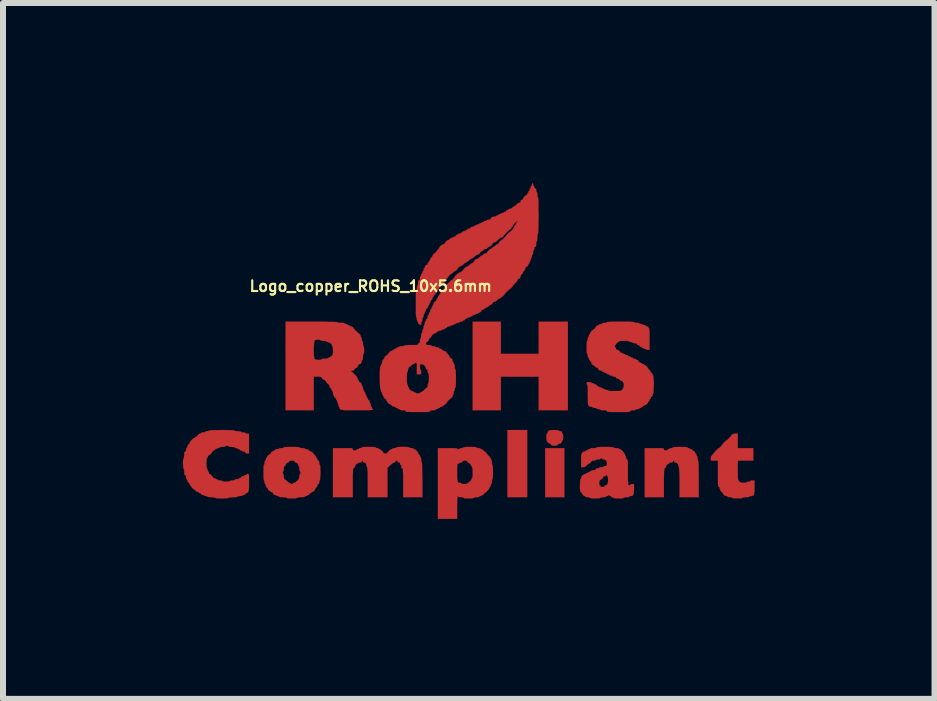
<source format=kicad_pcb>
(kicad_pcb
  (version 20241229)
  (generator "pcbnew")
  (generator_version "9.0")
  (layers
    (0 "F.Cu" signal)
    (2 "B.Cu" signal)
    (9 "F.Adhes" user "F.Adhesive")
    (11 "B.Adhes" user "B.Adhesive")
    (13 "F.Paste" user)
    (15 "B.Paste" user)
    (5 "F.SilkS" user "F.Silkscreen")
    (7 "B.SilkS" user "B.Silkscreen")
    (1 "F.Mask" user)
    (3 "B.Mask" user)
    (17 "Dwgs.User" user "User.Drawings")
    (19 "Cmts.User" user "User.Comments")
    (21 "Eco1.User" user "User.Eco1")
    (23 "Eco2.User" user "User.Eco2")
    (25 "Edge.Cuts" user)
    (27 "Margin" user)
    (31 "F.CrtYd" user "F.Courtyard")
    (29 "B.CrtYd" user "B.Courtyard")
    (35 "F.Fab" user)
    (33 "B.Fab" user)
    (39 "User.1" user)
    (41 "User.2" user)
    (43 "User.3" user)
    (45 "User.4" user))
  (footprint "Logo_copper_ROHS_10x5.6mm"
    (layer "F.Cu")
    (at 4.83 2.821)
    (property "Reference" "Logo_copper_ROHS_10x5.6mm" (at -1.7 -1.1 0) (layer "F.SilkS") (effects (font (size 0.178 0.178) (thickness 0.036))))
    (attr through_hole)
    (fp_poly (pts (xy 0.909 2.418) (xy 0.744 2.418) (xy 0.579 2.418) (xy 0.579 1.859) (xy 0.579 1.298) (xy 0.744 1.298) (xy 0.909 1.298) (xy 0.909 1.859) (xy 0.909 2.418)) (stroke (width 0.003) (type solid)) (fill yes) (layer "F.Cu"))
    (fp_poly (pts (xy 1.529 2.418) (xy 1.369 2.418) (xy 1.209 2.418) (xy 1.209 2.009) (xy 1.209 1.6) (xy 1.369 1.6) (xy 1.529 1.6) (xy 1.529 2.009) (xy 1.529 2.418)) (stroke (width 0.003) (type solid)) (fill yes) (layer "F.Cu"))
    (fp_poly (pts (xy 1.587 0.968) (xy 1.344 0.968) (xy 1.1 0.968) (xy 1.1 0.688) (xy 1.1 0.409) (xy 0.785 0.409) (xy 0.47 0.409) (xy 0.47 0.688) (xy 0.47 0.968) (xy 0.234 0.968) (xy 0 0.968) (xy 0 0.229) (xy 0 -0.508) (xy 0.234 -0.508) (xy 0.47 -0.508) (xy 0.47 -0.239) (xy 0.47 0.028) (xy 0.785 0.028) (xy 1.1 0.028) (xy 1.1 -0.239) (xy 1.1 -0.508) (xy 1.344 -0.508) (xy 1.587 -0.508) (xy 1.587 0.229) (xy 1.587 0.968)) (stroke (width 0.003) (type solid)) (fill yes) (layer "F.Cu"))
    (fp_poly (pts (xy 1.509 1.415) (xy 1.506 1.443) (xy 1.504 1.463) (xy 1.499 1.468) (xy 1.491 1.476) (xy 1.488 1.486) (xy 1.481 1.509) (xy 1.458 1.524) (xy 1.44 1.529) (xy 1.422 1.534) (xy 1.42 1.544) (xy 1.415 1.552) (xy 1.397 1.557) (xy 1.364 1.56) (xy 1.331 1.557) (xy 1.313 1.552) (xy 1.308 1.544) (xy 1.3 1.532) (xy 1.293 1.529) (xy 1.275 1.521) (xy 1.255 1.506) (xy 1.252 1.504) (xy 1.24 1.486) (xy 1.232 1.466) (xy 1.229 1.435) (xy 1.229 1.42) (xy 1.229 1.387) (xy 1.234 1.364) (xy 1.24 1.359) (xy 1.247 1.351) (xy 1.25 1.344) (xy 1.255 1.323) (xy 1.27 1.308) (xy 1.3 1.3) (xy 1.349 1.298) (xy 1.359 1.298) (xy 1.397 1.3) (xy 1.425 1.303) (xy 1.438 1.308) (xy 1.448 1.316) (xy 1.463 1.318) (xy 1.483 1.323) (xy 1.488 1.339) (xy 1.494 1.354) (xy 1.499 1.359) (xy 1.504 1.369) (xy 1.509 1.392) (xy 1.509 1.415)) (stroke (width 0.003) (type solid)) (fill yes) (layer "F.Cu"))
    (fp_poly (pts (xy 3.769 2.418) (xy 3.609 2.418) (xy 3.449 2.418) (xy 3.449 2.169) (xy 3.449 2.085) (xy 3.447 2.017) (xy 3.444 1.966) (xy 3.442 1.933) (xy 3.439 1.92) (xy 3.439 1.918) (xy 3.432 1.91) (xy 3.429 1.892) (xy 3.421 1.862) (xy 3.401 1.844) (xy 3.378 1.839) (xy 3.363 1.834) (xy 3.358 1.824) (xy 3.353 1.811) (xy 3.348 1.808) (xy 3.34 1.816) (xy 3.34 1.824) (xy 3.33 1.836) (xy 3.31 1.839) (xy 3.287 1.841) (xy 3.279 1.849) (xy 3.272 1.859) (xy 3.269 1.859) (xy 3.251 1.867) (xy 3.233 1.885) (xy 3.228 1.9) (xy 3.221 1.918) (xy 3.208 1.928) (xy 3.203 1.935) (xy 3.198 1.943) (xy 3.195 1.956) (xy 3.193 1.974) (xy 3.19 2.004) (xy 3.19 2.047) (xy 3.188 2.106) (xy 3.188 2.179) (xy 3.188 2.182) (xy 3.188 2.418) (xy 3.028 2.418) (xy 2.868 2.418) (xy 2.868 2.009) (xy 2.868 1.6) (xy 3.028 1.6) (xy 3.089 1.6) (xy 3.132 1.6) (xy 3.16 1.6) (xy 3.178 1.603) (xy 3.185 1.608) (xy 3.188 1.613) (xy 3.188 1.618) (xy 3.193 1.633) (xy 3.211 1.638) (xy 3.218 1.638) (xy 3.241 1.636) (xy 3.249 1.628) (xy 3.256 1.621) (xy 3.264 1.618) (xy 3.277 1.613) (xy 3.279 1.608) (xy 3.287 1.603) (xy 3.31 1.6) (xy 3.33 1.595) (xy 3.338 1.59) (xy 3.34 1.587) (xy 3.348 1.585) (xy 3.376 1.582) (xy 3.419 1.58) (xy 3.459 1.58) (xy 3.51 1.58) (xy 3.551 1.582) (xy 3.574 1.585) (xy 3.579 1.587) (xy 3.586 1.598) (xy 3.599 1.6) (xy 3.614 1.603) (xy 3.619 1.608) (xy 3.627 1.618) (xy 3.64 1.618) (xy 3.655 1.623) (xy 3.658 1.628) (xy 3.668 1.638) (xy 3.67 1.638) (xy 3.686 1.646) (xy 3.703 1.664) (xy 3.708 1.679) (xy 3.716 1.689) (xy 3.719 1.689) (xy 3.726 1.697) (xy 3.729 1.709) (xy 3.734 1.725) (xy 3.739 1.73) (xy 3.744 1.737) (xy 3.749 1.76) (xy 3.749 1.768) (xy 3.752 1.793) (xy 3.757 1.808) (xy 3.759 1.808) (xy 3.762 1.819) (xy 3.764 1.849) (xy 3.767 1.895) (xy 3.767 1.961) (xy 3.769 2.045) (xy 3.769 2.113) (xy 3.769 2.418)) (stroke (width 0.003) (type solid)) (fill yes) (layer "F.Cu"))
    (fp_poly (pts (xy 4.699 2.256) (xy 4.699 2.311) (xy 4.694 2.352) (xy 4.689 2.377) (xy 4.676 2.39) (xy 4.658 2.398) (xy 4.641 2.398) (xy 4.618 2.403) (xy 4.61 2.408) (xy 4.6 2.416) (xy 4.577 2.418) (xy 4.554 2.418) (xy 4.524 2.421) (xy 4.503 2.426) (xy 4.498 2.428) (xy 4.491 2.433) (xy 4.463 2.438) (xy 4.425 2.438) (xy 4.415 2.438) (xy 4.371 2.438) (xy 4.343 2.436) (xy 4.328 2.431) (xy 4.328 2.428) (xy 4.321 2.423) (xy 4.298 2.418) (xy 4.288 2.418) (xy 4.265 2.416) (xy 4.249 2.41) (xy 4.249 2.408) (xy 4.239 2.4) (xy 4.229 2.398) (xy 4.206 2.393) (xy 4.188 2.38) (xy 4.178 2.365) (xy 4.173 2.352) (xy 4.155 2.334) (xy 4.148 2.329) (xy 4.128 2.301) (xy 4.12 2.276) (xy 4.115 2.253) (xy 4.105 2.248) (xy 4.1 2.245) (xy 4.094 2.238) (xy 4.092 2.22) (xy 4.089 2.192) (xy 4.089 2.151) (xy 4.089 2.093) (xy 4.089 2.029) (xy 4.089 1.808) (xy 4.028 1.808) (xy 3.97 1.808) (xy 3.97 1.773) (xy 3.975 1.74) (xy 3.993 1.714) (xy 3.998 1.709) (xy 4.018 1.689) (xy 4.028 1.676) (xy 4.028 1.674) (xy 4.036 1.664) (xy 4.051 1.646) (xy 4.072 1.626) (xy 4.089 1.608) (xy 4.102 1.6) (xy 4.105 1.6) (xy 4.115 1.593) (xy 4.133 1.577) (xy 4.148 1.56) (xy 4.158 1.547) (xy 4.158 1.544) (xy 4.166 1.534) (xy 4.181 1.516) (xy 4.201 1.496) (xy 4.221 1.478) (xy 4.232 1.468) (xy 4.234 1.468) (xy 4.244 1.463) (xy 4.262 1.445) (xy 4.282 1.425) (xy 4.3 1.407) (xy 4.308 1.394) (xy 4.318 1.377) (xy 4.341 1.364) (xy 4.371 1.359) (xy 4.379 1.359) (xy 4.42 1.359) (xy 4.42 1.478) (xy 4.42 1.6) (xy 4.549 1.6) (xy 4.679 1.6) (xy 4.679 1.704) (xy 4.679 1.808) (xy 4.549 1.808) (xy 4.42 1.808) (xy 4.42 1.968) (xy 4.42 2.029) (xy 4.42 2.073) (xy 4.422 2.103) (xy 4.425 2.123) (xy 4.43 2.136) (xy 4.435 2.146) (xy 4.442 2.154) (xy 4.465 2.169) (xy 4.491 2.177) (xy 4.519 2.179) (xy 4.547 2.177) (xy 4.564 2.172) (xy 4.569 2.169) (xy 4.577 2.162) (xy 4.597 2.159) (xy 4.6 2.159) (xy 4.62 2.156) (xy 4.628 2.149) (xy 4.638 2.141) (xy 4.658 2.139) (xy 4.663 2.139) (xy 4.699 2.139) (xy 4.699 2.256)) (stroke (width 0.003) (type solid)) (fill yes) (layer "F.Cu"))
    (fp_poly (pts (xy -0.838 2.418) (xy -0.998 2.418) (xy -1.158 2.418) (xy -1.158 2.179) (xy -1.158 2.103) (xy -1.158 2.045) (xy -1.161 2.002) (xy -1.163 1.971) (xy -1.163 1.953) (xy -1.168 1.943) (xy -1.173 1.938) (xy -1.186 1.93) (xy -1.189 1.91) (xy -1.191 1.887) (xy -1.199 1.88) (xy -1.206 1.869) (xy -1.209 1.859) (xy -1.217 1.841) (xy -1.229 1.839) (xy -1.245 1.834) (xy -1.25 1.824) (xy -1.257 1.811) (xy -1.267 1.808) (xy -1.285 1.816) (xy -1.288 1.824) (xy -1.298 1.836) (xy -1.308 1.839) (xy -1.326 1.847) (xy -1.351 1.864) (xy -1.374 1.885) (xy -1.42 1.928) (xy -1.42 2.174) (xy -1.42 2.418) (xy -1.582 2.418) (xy -1.748 2.418) (xy -1.748 2.169) (xy -1.75 2.085) (xy -1.75 2.017) (xy -1.753 1.966) (xy -1.755 1.933) (xy -1.758 1.92) (xy -1.758 1.918) (xy -1.765 1.91) (xy -1.768 1.892) (xy -1.775 1.864) (xy -1.796 1.844) (xy -1.814 1.839) (xy -1.826 1.831) (xy -1.829 1.824) (xy -1.834 1.811) (xy -1.839 1.808) (xy -1.847 1.816) (xy -1.849 1.824) (xy -1.857 1.836) (xy -1.88 1.839) (xy -1.905 1.847) (xy -1.933 1.862) (xy -1.953 1.882) (xy -1.958 1.9) (xy -1.966 1.918) (xy -1.979 1.928) (xy -1.986 1.935) (xy -1.989 1.943) (xy -1.994 1.956) (xy -1.996 1.974) (xy -1.996 2.004) (xy -1.999 2.047) (xy -1.999 2.106) (xy -1.999 2.179) (xy -1.999 2.182) (xy -1.999 2.418) (xy -2.164 2.418) (xy -2.329 2.418) (xy -2.329 2.009) (xy -2.329 1.6) (xy -2.164 1.6) (xy -2.103 1.6) (xy -2.06 1.6) (xy -2.029 1.6) (xy -2.012 1.603) (xy -2.002 1.608) (xy -1.999 1.613) (xy -1.999 1.618) (xy -1.994 1.633) (xy -1.976 1.638) (xy -1.968 1.638) (xy -1.948 1.636) (xy -1.938 1.628) (xy -1.93 1.621) (xy -1.918 1.618) (xy -1.902 1.615) (xy -1.897 1.608) (xy -1.89 1.6) (xy -1.875 1.6) (xy -1.854 1.595) (xy -1.849 1.587) (xy -1.839 1.585) (xy -1.811 1.58) (xy -1.77 1.58) (xy -1.735 1.58) (xy -1.681 1.58) (xy -1.646 1.582) (xy -1.623 1.585) (xy -1.618 1.587) (xy -1.61 1.595) (xy -1.593 1.6) (xy -1.575 1.603) (xy -1.57 1.608) (xy -1.56 1.618) (xy -1.554 1.618) (xy -1.537 1.626) (xy -1.514 1.643) (xy -1.496 1.661) (xy -1.488 1.679) (xy -1.481 1.687) (xy -1.458 1.689) (xy -1.453 1.689) (xy -1.43 1.687) (xy -1.42 1.679) (xy -1.412 1.664) (xy -1.394 1.643) (xy -1.372 1.626) (xy -1.354 1.618) (xy -1.341 1.613) (xy -1.339 1.608) (xy -1.331 1.603) (xy -1.308 1.6) (xy -1.303 1.6) (xy -1.28 1.595) (xy -1.27 1.59) (xy -1.267 1.587) (xy -1.26 1.585) (xy -1.232 1.58) (xy -1.191 1.58) (xy -1.163 1.58) (xy -1.115 1.58) (xy -1.079 1.582) (xy -1.062 1.585) (xy -1.059 1.587) (xy -1.049 1.595) (xy -1.029 1.598) (xy -1.024 1.6) (xy -1.001 1.6) (xy -0.988 1.608) (xy -0.98 1.618) (xy -0.973 1.618) (xy -0.953 1.626) (xy -0.932 1.646) (xy -0.914 1.669) (xy -0.909 1.689) (xy -0.902 1.704) (xy -0.894 1.709) (xy -0.881 1.717) (xy -0.879 1.73) (xy -0.874 1.745) (xy -0.869 1.75) (xy -0.864 1.758) (xy -0.859 1.781) (xy -0.859 1.793) (xy -0.856 1.821) (xy -0.851 1.836) (xy -0.848 1.839) (xy -0.846 1.849) (xy -0.843 1.877) (xy -0.841 1.925) (xy -0.841 1.991) (xy -0.838 2.075) (xy -0.838 2.129) (xy -0.838 2.418)) (stroke (width 0.003) (type solid)) (fill yes) (layer "F.Cu"))
    (fp_poly (pts (xy 0.338 1.999) (xy 0.338 2.052) (xy 0.335 2.09) (xy 0.333 2.113) (xy 0.328 2.118) (xy 0.323 2.129) (xy 0.32 2.149) (xy 0.32 2.159) (xy 0.318 2.184) (xy 0.31 2.197) (xy 0.31 2.2) (xy 0.302 2.207) (xy 0.3 2.225) (xy 0.295 2.243) (xy 0.29 2.248) (xy 0.279 2.258) (xy 0.279 2.263) (xy 0.272 2.281) (xy 0.254 2.301) (xy 0.234 2.324) (xy 0.213 2.342) (xy 0.198 2.349) (xy 0.191 2.357) (xy 0.188 2.365) (xy 0.18 2.375) (xy 0.168 2.38) (xy 0.152 2.383) (xy 0.15 2.388) (xy 0.14 2.398) (xy 0.13 2.398) (xy 0.112 2.403) (xy 0.109 2.408) (xy 0.099 2.416) (xy 0.076 2.418) (xy 0.064 2.418) (xy 0.038 2.421) (xy 0.02 2.426) (xy 0.018 2.428) (xy 0.01 2.433) (xy 0 2.436) (xy 0 2.024) (xy 0 2.009) (xy 0 1.966) (xy -0.003 1.935) (xy -0.008 1.92) (xy -0.008 1.918) (xy -0.018 1.91) (xy -0.018 1.902) (xy -0.025 1.887) (xy -0.043 1.864) (xy -0.061 1.847) (xy -0.079 1.839) (xy -0.086 1.831) (xy -0.089 1.824) (xy -0.097 1.814) (xy -0.117 1.808) (xy -0.13 1.808) (xy -0.157 1.811) (xy -0.168 1.819) (xy -0.168 1.824) (xy -0.178 1.836) (xy -0.193 1.839) (xy -0.213 1.841) (xy -0.218 1.849) (xy -0.226 1.857) (xy -0.239 1.859) (xy -0.246 1.859) (xy -0.251 1.864) (xy -0.257 1.877) (xy -0.257 1.9) (xy -0.259 1.933) (xy -0.259 1.986) (xy -0.259 2.004) (xy -0.259 2.068) (xy -0.257 2.113) (xy -0.251 2.146) (xy -0.244 2.164) (xy -0.234 2.174) (xy -0.216 2.179) (xy -0.208 2.179) (xy -0.193 2.182) (xy -0.188 2.189) (xy -0.18 2.195) (xy -0.157 2.197) (xy -0.14 2.2) (xy -0.109 2.197) (xy -0.091 2.192) (xy -0.089 2.189) (xy -0.081 2.179) (xy -0.079 2.179) (xy -0.064 2.172) (xy -0.043 2.154) (xy -0.025 2.134) (xy -0.018 2.116) (xy -0.018 2.113) (xy -0.013 2.101) (xy -0.008 2.098) (xy -0.005 2.09) (xy 0 2.062) (xy 0 2.024) (xy 0 2.436) (xy -0.015 2.438) (xy -0.053 2.438) (xy -0.064 2.438) (xy -0.104 2.438) (xy -0.135 2.436) (xy -0.147 2.431) (xy -0.15 2.428) (xy -0.157 2.423) (xy -0.18 2.418) (xy -0.193 2.418) (xy -0.221 2.416) (xy -0.236 2.41) (xy -0.239 2.408) (xy -0.246 2.4) (xy -0.249 2.398) (xy -0.251 2.408) (xy -0.254 2.438) (xy -0.257 2.484) (xy -0.259 2.545) (xy -0.259 2.588) (xy -0.259 2.779) (xy -0.419 2.779) (xy -0.579 2.779) (xy -0.579 2.189) (xy -0.579 1.6) (xy -0.419 1.6) (xy -0.356 1.6) (xy -0.305 1.6) (xy -0.274 1.605) (xy -0.259 1.608) (xy -0.251 1.618) (xy -0.239 1.618) (xy -0.224 1.615) (xy -0.218 1.608) (xy -0.211 1.603) (xy -0.188 1.6) (xy -0.183 1.6) (xy -0.16 1.595) (xy -0.15 1.59) (xy -0.15 1.587) (xy -0.14 1.585) (xy -0.112 1.58) (xy -0.071 1.58) (xy -0.043 1.58) (xy 0.003 1.58) (xy 0.038 1.582) (xy 0.056 1.585) (xy 0.058 1.587) (xy 0.069 1.595) (xy 0.089 1.598) (xy 0.094 1.6) (xy 0.117 1.6) (xy 0.13 1.608) (xy 0.137 1.618) (xy 0.147 1.618) (xy 0.165 1.626) (xy 0.178 1.638) (xy 0.196 1.654) (xy 0.206 1.659) (xy 0.218 1.666) (xy 0.218 1.669) (xy 0.226 1.681) (xy 0.244 1.702) (xy 0.259 1.72) (xy 0.282 1.742) (xy 0.295 1.763) (xy 0.3 1.773) (xy 0.305 1.786) (xy 0.31 1.788) (xy 0.315 1.798) (xy 0.318 1.821) (xy 0.32 1.834) (xy 0.32 1.859) (xy 0.325 1.877) (xy 0.328 1.88) (xy 0.333 1.887) (xy 0.335 1.915) (xy 0.338 1.958) (xy 0.338 1.999)) (stroke (width 0.003) (type solid)) (fill yes) (layer "F.Cu"))
    (fp_poly (pts (xy -2.537 2.009) (xy -2.54 2.065) (xy -2.543 2.106) (xy -2.545 2.131) (xy -2.548 2.139) (xy -2.555 2.146) (xy -2.558 2.169) (xy -2.563 2.192) (xy -2.573 2.2) (xy -2.586 2.207) (xy -2.588 2.223) (xy -2.596 2.245) (xy -2.609 2.258) (xy -2.624 2.276) (xy -2.629 2.286) (xy -2.637 2.306) (xy -2.657 2.324) (xy -2.672 2.329) (xy -2.687 2.334) (xy -2.687 2.339) (xy -2.697 2.347) (xy -2.703 2.349) (xy -2.718 2.357) (xy -2.718 2.365) (xy -2.728 2.375) (xy -2.738 2.38) (xy -2.756 2.383) (xy -2.758 2.388) (xy -2.766 2.398) (xy -2.779 2.398) (xy -2.794 2.403) (xy -2.799 2.408) (xy -2.807 2.413) (xy -2.832 2.418) (xy -2.863 2.418) (xy -2.868 2.418) (xy -2.868 2.009) (xy -2.873 1.991) (xy -2.878 1.989) (xy -2.885 1.981) (xy -2.888 1.958) (xy -2.888 1.943) (xy -2.891 1.918) (xy -2.896 1.9) (xy -2.898 1.9) (xy -2.908 1.89) (xy -2.908 1.882) (xy -2.916 1.859) (xy -2.936 1.844) (xy -2.954 1.839) (xy -2.967 1.831) (xy -2.969 1.824) (xy -2.974 1.814) (xy -2.995 1.808) (xy -3.015 1.808) (xy -3.043 1.811) (xy -3.058 1.816) (xy -3.058 1.824) (xy -3.066 1.836) (xy -3.073 1.839) (xy -3.096 1.847) (xy -3.114 1.867) (xy -3.119 1.882) (xy -3.127 1.897) (xy -3.134 1.9) (xy -3.145 1.905) (xy -3.147 1.925) (xy -3.15 1.943) (xy -3.15 1.971) (xy -3.155 1.986) (xy -3.16 1.989) (xy -3.167 1.996) (xy -3.167 2.009) (xy -3.165 2.024) (xy -3.16 2.029) (xy -3.152 2.037) (xy -3.15 2.06) (xy -3.15 2.073) (xy -3.147 2.101) (xy -3.139 2.118) (xy -3.137 2.118) (xy -3.124 2.126) (xy -3.104 2.141) (xy -3.099 2.149) (xy -3.078 2.167) (xy -3.058 2.179) (xy -3.056 2.179) (xy -3.04 2.184) (xy -3.038 2.189) (xy -3.03 2.197) (xy -3.018 2.2) (xy -3.002 2.195) (xy -3 2.189) (xy -2.99 2.182) (xy -2.979 2.179) (xy -2.959 2.172) (xy -2.936 2.154) (xy -2.924 2.144) (xy -2.901 2.118) (xy -2.891 2.093) (xy -2.888 2.07) (xy -2.885 2.045) (xy -2.88 2.029) (xy -2.878 2.029) (xy -2.87 2.019) (xy -2.868 2.009) (xy -2.868 2.418) (xy -2.898 2.421) (xy -2.921 2.423) (xy -2.929 2.428) (xy -2.939 2.433) (xy -2.964 2.438) (xy -3.002 2.438) (xy -3.015 2.438) (xy -3.056 2.438) (xy -3.084 2.436) (xy -3.099 2.431) (xy -3.099 2.428) (xy -3.109 2.423) (xy -3.132 2.421) (xy -3.165 2.418) (xy -3.198 2.418) (xy -3.221 2.413) (xy -3.228 2.408) (xy -3.239 2.4) (xy -3.254 2.398) (xy -3.272 2.395) (xy -3.279 2.388) (xy -3.287 2.38) (xy -3.299 2.38) (xy -3.315 2.375) (xy -3.32 2.367) (xy -3.327 2.349) (xy -3.345 2.334) (xy -3.363 2.329) (xy -3.376 2.324) (xy -3.378 2.319) (xy -3.386 2.309) (xy -3.393 2.309) (xy -3.406 2.301) (xy -3.409 2.291) (xy -3.416 2.271) (xy -3.429 2.258) (xy -3.444 2.238) (xy -3.449 2.223) (xy -3.452 2.205) (xy -3.459 2.2) (xy -3.467 2.189) (xy -3.47 2.169) (xy -3.472 2.149) (xy -3.477 2.139) (xy -3.48 2.139) (xy -3.482 2.129) (xy -3.487 2.101) (xy -3.487 2.057) (xy -3.487 2.009) (xy -3.487 1.953) (xy -3.485 1.913) (xy -3.482 1.887) (xy -3.48 1.88) (xy -3.472 1.869) (xy -3.47 1.849) (xy -3.47 1.844) (xy -3.467 1.821) (xy -3.459 1.808) (xy -3.449 1.801) (xy -3.449 1.788) (xy -3.444 1.773) (xy -3.439 1.768) (xy -3.429 1.76) (xy -3.429 1.753) (xy -3.421 1.735) (xy -3.409 1.717) (xy -3.393 1.709) (xy -3.381 1.702) (xy -3.365 1.687) (xy -3.358 1.669) (xy -3.35 1.661) (xy -3.34 1.659) (xy -3.322 1.651) (xy -3.31 1.638) (xy -3.284 1.623) (xy -3.261 1.618) (xy -3.239 1.615) (xy -3.228 1.61) (xy -3.228 1.608) (xy -3.221 1.603) (xy -3.198 1.6) (xy -3.188 1.6) (xy -3.165 1.598) (xy -3.15 1.59) (xy -3.15 1.587) (xy -3.139 1.585) (xy -3.111 1.582) (xy -3.068 1.58) (xy -3.018 1.58) (xy -2.964 1.58) (xy -2.921 1.582) (xy -2.896 1.585) (xy -2.888 1.587) (xy -2.88 1.595) (xy -2.857 1.598) (xy -2.845 1.6) (xy -2.817 1.6) (xy -2.802 1.605) (xy -2.799 1.608) (xy -2.789 1.615) (xy -2.771 1.618) (xy -2.743 1.626) (xy -2.728 1.638) (xy -2.708 1.654) (xy -2.692 1.659) (xy -2.675 1.664) (xy -2.67 1.669) (xy -2.662 1.684) (xy -2.644 1.702) (xy -2.639 1.709) (xy -2.619 1.73) (xy -2.609 1.75) (xy -2.609 1.753) (xy -2.603 1.768) (xy -2.598 1.768) (xy -2.591 1.778) (xy -2.588 1.788) (xy -2.583 1.806) (xy -2.573 1.808) (xy -2.563 1.816) (xy -2.558 1.841) (xy -2.558 1.844) (xy -2.555 1.867) (xy -2.55 1.88) (xy -2.548 1.88) (xy -2.545 1.887) (xy -2.54 1.915) (xy -2.54 1.958) (xy -2.537 2.009)) (stroke (width 0.003) (type solid)) (fill yes) (layer "F.Cu"))
    (fp_poly (pts (xy 2.69 2.283) (xy 2.687 2.334) (xy 2.682 2.367) (xy 2.67 2.388) (xy 2.652 2.398) (xy 2.634 2.398) (xy 2.616 2.403) (xy 2.609 2.408) (xy 2.601 2.416) (xy 2.578 2.418) (xy 2.563 2.418) (xy 2.537 2.421) (xy 2.52 2.426) (xy 2.52 2.428) (xy 2.51 2.433) (xy 2.484 2.438) (xy 2.443 2.438) (xy 2.433 2.438) (xy 2.393 2.438) (xy 2.362 2.436) (xy 2.349 2.431) (xy 2.349 2.428) (xy 2.339 2.421) (xy 2.329 2.418) (xy 2.311 2.416) (xy 2.309 2.408) (xy 2.301 2.4) (xy 2.294 2.398) (xy 2.278 2.39) (xy 2.273 2.388) (xy 2.268 2.38) (xy 2.263 2.388) (xy 2.258 2.39) (xy 2.258 2.134) (xy 2.256 2.093) (xy 2.248 2.065) (xy 2.243 2.06) (xy 2.228 2.05) (xy 2.22 2.057) (xy 2.21 2.068) (xy 2.197 2.068) (xy 2.182 2.073) (xy 2.179 2.08) (xy 2.172 2.095) (xy 2.159 2.111) (xy 2.144 2.118) (xy 2.134 2.126) (xy 2.123 2.134) (xy 2.113 2.149) (xy 2.111 2.174) (xy 2.108 2.197) (xy 2.113 2.215) (xy 2.118 2.22) (xy 2.129 2.228) (xy 2.129 2.233) (xy 2.136 2.245) (xy 2.162 2.248) (xy 2.164 2.248) (xy 2.189 2.245) (xy 2.2 2.235) (xy 2.2 2.233) (xy 2.207 2.22) (xy 2.215 2.22) (xy 2.238 2.21) (xy 2.253 2.187) (xy 2.258 2.144) (xy 2.258 2.134) (xy 2.258 2.39) (xy 2.25 2.398) (xy 2.238 2.398) (xy 2.223 2.403) (xy 2.22 2.408) (xy 2.21 2.416) (xy 2.187 2.418) (xy 2.174 2.418) (xy 2.146 2.421) (xy 2.131 2.426) (xy 2.129 2.428) (xy 2.118 2.433) (xy 2.093 2.438) (xy 2.055 2.438) (xy 2.045 2.438) (xy 2.002 2.438) (xy 1.974 2.436) (xy 1.958 2.431) (xy 1.958 2.428) (xy 1.951 2.423) (xy 1.928 2.418) (xy 1.918 2.418) (xy 1.895 2.416) (xy 1.88 2.41) (xy 1.88 2.408) (xy 1.872 2.4) (xy 1.867 2.398) (xy 1.852 2.393) (xy 1.836 2.377) (xy 1.829 2.362) (xy 1.821 2.349) (xy 1.808 2.339) (xy 1.801 2.329) (xy 1.793 2.316) (xy 1.791 2.296) (xy 1.788 2.263) (xy 1.788 2.223) (xy 1.791 2.174) (xy 1.793 2.139) (xy 1.796 2.121) (xy 1.798 2.118) (xy 1.806 2.111) (xy 1.808 2.098) (xy 1.816 2.075) (xy 1.836 2.05) (xy 1.862 2.035) (xy 1.877 2.029) (xy 1.895 2.024) (xy 1.9 2.019) (xy 1.908 2.012) (xy 1.918 2.009) (xy 1.935 2.004) (xy 1.938 1.999) (xy 1.948 1.991) (xy 1.958 1.989) (xy 1.976 1.984) (xy 1.979 1.979) (xy 1.986 1.971) (xy 2.009 1.968) (xy 2.014 1.968) (xy 2.04 1.966) (xy 2.05 1.956) (xy 2.05 1.953) (xy 2.057 1.943) (xy 2.078 1.938) (xy 2.101 1.935) (xy 2.108 1.928) (xy 2.118 1.923) (xy 2.139 1.918) (xy 2.144 1.918) (xy 2.167 1.915) (xy 2.179 1.91) (xy 2.187 1.902) (xy 2.21 1.9) (xy 2.228 1.897) (xy 2.235 1.89) (xy 2.238 1.867) (xy 2.238 1.859) (xy 2.233 1.819) (xy 2.215 1.796) (xy 2.184 1.788) (xy 2.167 1.786) (xy 2.159 1.778) (xy 2.151 1.77) (xy 2.144 1.768) (xy 2.131 1.773) (xy 2.129 1.778) (xy 2.121 1.786) (xy 2.098 1.788) (xy 2.088 1.788) (xy 2.062 1.791) (xy 2.05 1.796) (xy 2.05 1.798) (xy 2.04 1.806) (xy 2.019 1.808) (xy 2.014 1.808) (xy 1.991 1.811) (xy 1.979 1.819) (xy 1.971 1.836) (xy 1.953 1.852) (xy 1.938 1.859) (xy 1.925 1.867) (xy 1.905 1.882) (xy 1.9 1.89) (xy 1.869 1.913) (xy 1.839 1.918) (xy 1.808 1.918) (xy 1.808 1.803) (xy 1.808 1.753) (xy 1.811 1.714) (xy 1.816 1.694) (xy 1.819 1.689) (xy 1.829 1.681) (xy 1.829 1.674) (xy 1.836 1.661) (xy 1.854 1.659) (xy 1.872 1.656) (xy 1.88 1.648) (xy 1.887 1.641) (xy 1.9 1.638) (xy 1.915 1.636) (xy 1.918 1.628) (xy 1.928 1.621) (xy 1.938 1.618) (xy 1.956 1.615) (xy 1.958 1.608) (xy 1.968 1.603) (xy 1.991 1.6) (xy 2.014 1.6) (xy 2.045 1.598) (xy 2.065 1.593) (xy 2.068 1.587) (xy 2.078 1.585) (xy 2.106 1.582) (xy 2.151 1.58) (xy 2.21 1.58) (xy 2.268 1.58) (xy 2.311 1.582) (xy 2.339 1.585) (xy 2.349 1.587) (xy 2.357 1.595) (xy 2.38 1.598) (xy 2.395 1.6) (xy 2.421 1.6) (xy 2.436 1.605) (xy 2.438 1.608) (xy 2.446 1.618) (xy 2.454 1.618) (xy 2.471 1.626) (xy 2.492 1.643) (xy 2.51 1.661) (xy 2.52 1.679) (xy 2.527 1.689) (xy 2.53 1.689) (xy 2.537 1.697) (xy 2.54 1.709) (xy 2.543 1.725) (xy 2.548 1.73) (xy 2.555 1.737) (xy 2.558 1.758) (xy 2.563 1.783) (xy 2.573 1.788) (xy 2.578 1.791) (xy 2.583 1.801) (xy 2.586 1.816) (xy 2.588 1.847) (xy 2.588 1.887) (xy 2.588 1.946) (xy 2.588 2.004) (xy 2.588 2.075) (xy 2.588 2.129) (xy 2.591 2.167) (xy 2.591 2.192) (xy 2.593 2.207) (xy 2.598 2.215) (xy 2.603 2.217) (xy 2.609 2.22) (xy 2.624 2.215) (xy 2.629 2.21) (xy 2.637 2.202) (xy 2.659 2.2) (xy 2.69 2.2) (xy 2.69 2.283)) (stroke (width 0.003) (type solid)) (fill yes) (layer "F.Cu"))
    (fp_poly (pts (xy -1.659 0.958) (xy -1.669 0.963) (xy -1.697 0.965) (xy -1.745 0.968) (xy -1.811 0.968) (xy -1.892 0.968) (xy -1.925 0.968) (xy -2.009 0.968) (xy -2.075 0.968) (xy -2.126 0.968) (xy -2.164 0.963) (xy -2.189 0.96) (xy -2.205 0.955) (xy -2.215 0.945) (xy -2.217 0.935) (xy -2.22 0.925) (xy -2.225 0.912) (xy -2.228 0.909) (xy -2.235 0.899) (xy -2.238 0.879) (xy -2.243 0.859) (xy -2.248 0.848) (xy -2.256 0.841) (xy -2.258 0.823) (xy -2.263 0.805) (xy -2.268 0.8) (xy -2.276 0.79) (xy -2.278 0.78) (xy -2.286 0.762) (xy -2.294 0.759) (xy -2.306 0.749) (xy -2.309 0.739) (xy -2.314 0.724) (xy -2.319 0.719) (xy -2.324 0.711) (xy -2.329 0.688) (xy -2.329 0.683) (xy -2.329 -0.028) (xy -2.329 -0.064) (xy -2.334 -0.089) (xy -2.339 -0.099) (xy -2.347 -0.107) (xy -2.349 -0.124) (xy -2.355 -0.142) (xy -2.37 -0.15) (xy -2.385 -0.152) (xy -2.388 -0.157) (xy -2.398 -0.165) (xy -2.413 -0.168) (xy -2.433 -0.173) (xy -2.438 -0.178) (xy -2.449 -0.185) (xy -2.471 -0.188) (xy -2.489 -0.188) (xy -2.517 -0.191) (xy -2.535 -0.196) (xy -2.537 -0.198) (xy -2.548 -0.206) (xy -2.568 -0.208) (xy -2.593 -0.208) (xy -2.619 -0.203) (xy -2.634 -0.196) (xy -2.639 -0.178) (xy -2.644 -0.147) (xy -2.647 -0.104) (xy -2.649 -0.056) (xy -2.649 -0.008) (xy -2.649 0.038) (xy -2.644 0.076) (xy -2.639 0.104) (xy -2.637 0.114) (xy -2.621 0.122) (xy -2.596 0.127) (xy -2.565 0.13) (xy -2.54 0.127) (xy -2.522 0.124) (xy -2.52 0.119) (xy -2.51 0.114) (xy -2.487 0.109) (xy -2.464 0.109) (xy -2.433 0.107) (xy -2.413 0.102) (xy -2.408 0.099) (xy -2.4 0.089) (xy -2.393 0.089) (xy -2.375 0.081) (xy -2.355 0.066) (xy -2.352 0.064) (xy -2.339 0.048) (xy -2.332 0.03) (xy -2.329 0.003) (xy -2.329 -0.028) (xy -2.329 0.683) (xy -2.332 0.66) (xy -2.337 0.65) (xy -2.339 0.648) (xy -2.347 0.64) (xy -2.349 0.63) (xy -2.357 0.612) (xy -2.37 0.599) (xy -2.385 0.582) (xy -2.388 0.566) (xy -2.395 0.544) (xy -2.413 0.526) (xy -2.428 0.518) (xy -2.438 0.511) (xy -2.438 0.503) (xy -2.446 0.483) (xy -2.464 0.465) (xy -2.479 0.46) (xy -2.497 0.452) (xy -2.512 0.434) (xy -2.52 0.419) (xy -2.527 0.414) (xy -2.555 0.409) (xy -2.583 0.409) (xy -2.649 0.409) (xy -2.649 0.688) (xy -2.649 0.968) (xy -2.883 0.968) (xy -3.119 0.968) (xy -3.119 0.229) (xy -3.119 -0.508) (xy -2.687 -0.508) (xy -2.573 -0.508) (xy -2.474 -0.508) (xy -2.393 -0.505) (xy -2.332 -0.505) (xy -2.289 -0.503) (xy -2.263 -0.5) (xy -2.258 -0.498) (xy -2.25 -0.493) (xy -2.225 -0.49) (xy -2.195 -0.488) (xy -2.159 -0.488) (xy -2.136 -0.483) (xy -2.129 -0.478) (xy -2.121 -0.47) (xy -2.108 -0.467) (xy -2.093 -0.465) (xy -2.088 -0.46) (xy -2.08 -0.45) (xy -2.068 -0.45) (xy -2.052 -0.445) (xy -2.05 -0.439) (xy -2.04 -0.432) (xy -2.024 -0.429) (xy -2.004 -0.424) (xy -1.999 -0.419) (xy -1.991 -0.406) (xy -1.974 -0.386) (xy -1.951 -0.358) (xy -1.943 -0.353) (xy -1.918 -0.328) (xy -1.895 -0.307) (xy -1.88 -0.3) (xy -1.872 -0.29) (xy -1.869 -0.274) (xy -1.864 -0.254) (xy -1.859 -0.249) (xy -1.852 -0.239) (xy -1.849 -0.218) (xy -1.847 -0.198) (xy -1.839 -0.188) (xy -1.834 -0.18) (xy -1.829 -0.157) (xy -1.829 -0.145) (xy -1.826 -0.117) (xy -1.821 -0.102) (xy -1.819 -0.099) (xy -1.814 -0.089) (xy -1.811 -0.066) (xy -1.808 -0.033) (xy -1.811 0) (xy -1.814 0.02) (xy -1.819 0.028) (xy -1.824 0.038) (xy -1.829 0.061) (xy -1.829 0.079) (xy -1.831 0.107) (xy -1.834 0.124) (xy -1.839 0.13) (xy -1.847 0.137) (xy -1.849 0.15) (xy -1.854 0.17) (xy -1.867 0.191) (xy -1.882 0.198) (xy -1.885 0.198) (xy -1.897 0.206) (xy -1.913 0.224) (xy -1.918 0.244) (xy -1.928 0.257) (xy -1.938 0.259) (xy -1.956 0.264) (xy -1.958 0.269) (xy -1.968 0.287) (xy -1.986 0.305) (xy -2.007 0.31) (xy -2.024 0.312) (xy -2.029 0.32) (xy -2.022 0.328) (xy -2.019 0.328) (xy -2.004 0.335) (xy -1.981 0.356) (xy -1.958 0.381) (xy -1.935 0.406) (xy -1.923 0.429) (xy -1.918 0.439) (xy -1.915 0.455) (xy -1.908 0.46) (xy -1.9 0.467) (xy -1.897 0.478) (xy -1.895 0.495) (xy -1.887 0.498) (xy -1.869 0.508) (xy -1.854 0.528) (xy -1.849 0.549) (xy -1.844 0.564) (xy -1.839 0.569) (xy -1.831 0.577) (xy -1.829 0.599) (xy -1.826 0.62) (xy -1.819 0.63) (xy -1.811 0.638) (xy -1.808 0.648) (xy -1.803 0.665) (xy -1.798 0.668) (xy -1.791 0.678) (xy -1.788 0.693) (xy -1.786 0.711) (xy -1.778 0.719) (xy -1.77 0.726) (xy -1.768 0.739) (xy -1.765 0.754) (xy -1.758 0.759) (xy -1.75 0.767) (xy -1.748 0.78) (xy -1.742 0.795) (xy -1.735 0.8) (xy -1.722 0.808) (xy -1.72 0.823) (xy -1.714 0.843) (xy -1.709 0.848) (xy -1.702 0.859) (xy -1.699 0.879) (xy -1.697 0.899) (xy -1.689 0.909) (xy -1.681 0.917) (xy -1.679 0.93) (xy -1.674 0.945) (xy -1.669 0.95) (xy -1.659 0.958)) (stroke (width 0.003) (type solid)) (fill yes) (layer "F.Cu"))
    (fp_poly (pts (xy -3.729 2.174) (xy -3.729 2.238) (xy -3.731 2.283) (xy -3.736 2.316) (xy -3.744 2.334) (xy -3.754 2.344) (xy -3.769 2.349) (xy -3.772 2.349) (xy -3.787 2.357) (xy -3.79 2.365) (xy -3.797 2.375) (xy -3.813 2.38) (xy -3.833 2.383) (xy -3.838 2.388) (xy -3.848 2.395) (xy -3.868 2.398) (xy -3.879 2.398) (xy -3.904 2.4) (xy -3.917 2.405) (xy -3.919 2.408) (xy -3.929 2.413) (xy -3.952 2.418) (xy -3.99 2.418) (xy -3.993 2.418) (xy -4.031 2.421) (xy -4.059 2.423) (xy -4.069 2.428) (xy -4.079 2.433) (xy -4.105 2.436) (xy -4.148 2.438) (xy -4.178 2.438) (xy -4.229 2.438) (xy -4.265 2.436) (xy -4.285 2.431) (xy -4.288 2.428) (xy -4.298 2.423) (xy -4.323 2.421) (xy -4.354 2.418) (xy -4.387 2.418) (xy -4.412 2.413) (xy -4.42 2.408) (xy -4.427 2.403) (xy -4.448 2.398) (xy -4.47 2.395) (xy -4.478 2.388) (xy -4.488 2.383) (xy -4.503 2.38) (xy -4.524 2.372) (xy -4.529 2.365) (xy -4.536 2.352) (xy -4.549 2.349) (xy -4.564 2.344) (xy -4.569 2.339) (xy -4.577 2.329) (xy -4.587 2.329) (xy -4.605 2.322) (xy -4.618 2.309) (xy -4.633 2.294) (xy -4.641 2.289) (xy -4.656 2.281) (xy -4.674 2.266) (xy -4.689 2.245) (xy -4.699 2.23) (xy -4.707 2.22) (xy -4.709 2.22) (xy -4.717 2.21) (xy -4.719 2.202) (xy -4.727 2.182) (xy -4.74 2.169) (xy -4.755 2.151) (xy -4.757 2.136) (xy -4.763 2.121) (xy -4.768 2.118) (xy -4.775 2.111) (xy -4.778 2.088) (xy -4.778 2.083) (xy -4.783 2.057) (xy -4.793 2.05) (xy -4.803 2.045) (xy -4.808 2.027) (xy -4.808 1.994) (xy -4.811 1.963) (xy -4.816 1.943) (xy -4.818 1.938) (xy -4.823 1.93) (xy -4.826 1.902) (xy -4.829 1.864) (xy -4.829 1.854) (xy -4.829 1.814) (xy -4.823 1.783) (xy -4.821 1.77) (xy -4.818 1.768) (xy -4.813 1.76) (xy -4.811 1.737) (xy -4.808 1.714) (xy -4.808 1.681) (xy -4.803 1.664) (xy -4.793 1.659) (xy -4.783 1.651) (xy -4.778 1.628) (xy -4.775 1.608) (xy -4.768 1.6) (xy -4.76 1.59) (xy -4.757 1.58) (xy -4.755 1.562) (xy -4.75 1.56) (xy -4.74 1.549) (xy -4.74 1.544) (xy -4.735 1.532) (xy -4.729 1.529) (xy -4.719 1.521) (xy -4.719 1.514) (xy -4.712 1.499) (xy -4.696 1.476) (xy -4.674 1.453) (xy -4.653 1.435) (xy -4.638 1.43) (xy -4.628 1.422) (xy -4.628 1.42) (xy -4.62 1.41) (xy -4.608 1.41) (xy -4.592 1.405) (xy -4.59 1.397) (xy -4.58 1.379) (xy -4.562 1.364) (xy -4.544 1.359) (xy -4.531 1.354) (xy -4.529 1.349) (xy -4.521 1.341) (xy -4.498 1.339) (xy -4.493 1.339) (xy -4.47 1.336) (xy -4.46 1.331) (xy -4.458 1.328) (xy -4.45 1.321) (xy -4.43 1.318) (xy -4.407 1.316) (xy -4.399 1.308) (xy -4.389 1.306) (xy -4.361 1.303) (xy -4.313 1.3) (xy -4.249 1.3) (xy -4.183 1.298) (xy -4.107 1.3) (xy -4.046 1.3) (xy -4 1.303) (xy -3.975 1.306) (xy -3.967 1.308) (xy -3.96 1.313) (xy -3.937 1.318) (xy -3.914 1.318) (xy -3.884 1.321) (xy -3.863 1.326) (xy -3.858 1.328) (xy -3.851 1.336) (xy -3.828 1.339) (xy -3.823 1.339) (xy -3.8 1.341) (xy -3.79 1.349) (xy -3.78 1.356) (xy -3.759 1.359) (xy -3.729 1.359) (xy -3.729 1.524) (xy -3.729 1.689) (xy -3.759 1.689) (xy -3.782 1.684) (xy -3.79 1.674) (xy -3.797 1.661) (xy -3.813 1.659) (xy -3.833 1.656) (xy -3.838 1.648) (xy -3.848 1.641) (xy -3.858 1.638) (xy -3.876 1.636) (xy -3.879 1.628) (xy -3.886 1.621) (xy -3.899 1.618) (xy -3.914 1.615) (xy -3.919 1.608) (xy -3.927 1.6) (xy -3.945 1.6) (xy -3.962 1.595) (xy -3.967 1.587) (xy -3.978 1.582) (xy -4 1.58) (xy -4.018 1.58) (xy -4.046 1.577) (xy -4.067 1.572) (xy -4.069 1.57) (xy -4.077 1.562) (xy -4.094 1.56) (xy -4.112 1.562) (xy -4.12 1.57) (xy -4.128 1.575) (xy -4.15 1.577) (xy -4.168 1.58) (xy -4.196 1.58) (xy -4.216 1.585) (xy -4.219 1.587) (xy -4.227 1.595) (xy -4.244 1.6) (xy -4.262 1.603) (xy -4.27 1.608) (xy -4.277 1.618) (xy -4.285 1.618) (xy -4.3 1.626) (xy -4.321 1.641) (xy -4.338 1.659) (xy -4.348 1.671) (xy -4.348 1.674) (xy -4.356 1.687) (xy -4.369 1.702) (xy -4.381 1.709) (xy -4.384 1.709) (xy -4.399 1.717) (xy -4.412 1.735) (xy -4.42 1.753) (xy -4.425 1.768) (xy -4.43 1.768) (xy -4.435 1.778) (xy -4.437 1.803) (xy -4.44 1.844) (xy -4.44 1.854) (xy -4.437 1.895) (xy -4.435 1.925) (xy -4.43 1.938) (xy -4.422 1.948) (xy -4.42 1.963) (xy -4.415 1.984) (xy -4.409 1.989) (xy -4.402 1.996) (xy -4.399 2.009) (xy -4.394 2.024) (xy -4.389 2.029) (xy -4.374 2.035) (xy -4.354 2.052) (xy -4.338 2.073) (xy -4.328 2.088) (xy -4.321 2.098) (xy -4.308 2.098) (xy -4.293 2.103) (xy -4.288 2.108) (xy -4.28 2.116) (xy -4.27 2.118) (xy -4.252 2.123) (xy -4.249 2.129) (xy -4.239 2.136) (xy -4.219 2.139) (xy -4.214 2.139) (xy -4.191 2.141) (xy -4.178 2.146) (xy -4.178 2.149) (xy -4.171 2.154) (xy -4.145 2.156) (xy -4.115 2.159) (xy -4.079 2.156) (xy -4.056 2.154) (xy -4.049 2.149) (xy -4.039 2.144) (xy -4.018 2.139) (xy -4.008 2.139) (xy -3.983 2.136) (xy -3.97 2.131) (xy -3.967 2.129) (xy -3.96 2.121) (xy -3.94 2.118) (xy -3.934 2.118) (xy -3.912 2.116) (xy -3.899 2.111) (xy -3.899 2.108) (xy -3.891 2.101) (xy -3.879 2.098) (xy -3.863 2.093) (xy -3.858 2.083) (xy -3.851 2.073) (xy -3.833 2.068) (xy -3.815 2.065) (xy -3.81 2.06) (xy -3.8 2.05) (xy -3.79 2.05) (xy -3.772 2.045) (xy -3.769 2.04) (xy -3.759 2.029) (xy -3.749 2.029) (xy -3.741 2.029) (xy -3.736 2.035) (xy -3.731 2.047) (xy -3.729 2.07) (xy -3.729 2.103) (xy -3.729 2.156) (xy -3.729 2.174)) (stroke (width 0.003) (type solid)) (fill yes) (layer "F.Cu"))
    (fp_poly (pts (xy 3.02 0.538) (xy 3.018 0.599) (xy 3.015 0.648) (xy 3.012 0.676) (xy 3.01 0.688) (xy 3.002 0.699) (xy 3 0.714) (xy 2.995 0.734) (xy 2.985 0.739) (xy 2.972 0.747) (xy 2.969 0.759) (xy 2.964 0.775) (xy 2.959 0.78) (xy 2.951 0.787) (xy 2.949 0.8) (xy 2.944 0.815) (xy 2.939 0.818) (xy 2.929 0.826) (xy 2.929 0.828) (xy 2.921 0.846) (xy 2.903 0.866) (xy 2.88 0.881) (xy 2.863 0.889) (xy 2.842 0.897) (xy 2.83 0.909) (xy 2.812 0.925) (xy 2.797 0.93) (xy 2.781 0.935) (xy 2.779 0.94) (xy 2.771 0.945) (xy 2.748 0.95) (xy 2.728 0.953) (xy 2.718 0.958) (xy 2.71 0.965) (xy 2.687 0.968) (xy 2.675 0.968) (xy 2.644 0.97) (xy 2.631 0.978) (xy 2.629 0.983) (xy 2.626 0.988) (xy 2.616 0.993) (xy 2.598 0.996) (xy 2.57 0.998) (xy 2.527 0.998) (xy 2.466 0.998) (xy 2.433 0.998) (xy 2.365 0.998) (xy 2.316 0.998) (xy 2.281 0.996) (xy 2.258 0.993) (xy 2.245 0.991) (xy 2.24 0.986) (xy 2.238 0.983) (xy 2.233 0.975) (xy 2.217 0.97) (xy 2.184 0.968) (xy 2.154 0.968) (xy 2.134 0.963) (xy 2.129 0.958) (xy 2.121 0.953) (xy 2.098 0.95) (xy 2.078 0.945) (xy 2.068 0.94) (xy 2.06 0.932) (xy 2.04 0.93) (xy 2.035 0.93) (xy 2.012 0.927) (xy 1.999 0.919) (xy 1.991 0.912) (xy 1.974 0.909) (xy 1.953 0.907) (xy 1.941 0.902) (xy 1.93 0.889) (xy 1.925 0.869) (xy 1.92 0.836) (xy 1.92 0.787) (xy 1.918 0.721) (xy 1.918 0.709) (xy 1.918 0.643) (xy 1.918 0.592) (xy 1.915 0.556) (xy 1.91 0.541) (xy 1.91 0.538) (xy 1.9 0.531) (xy 1.9 0.518) (xy 1.902 0.505) (xy 1.915 0.5) (xy 1.938 0.498) (xy 1.963 0.5) (xy 1.979 0.505) (xy 1.979 0.508) (xy 1.986 0.516) (xy 2.004 0.518) (xy 2.022 0.523) (xy 2.029 0.528) (xy 2.037 0.536) (xy 2.05 0.538) (xy 2.065 0.546) (xy 2.068 0.554) (xy 2.078 0.566) (xy 2.088 0.569) (xy 2.106 0.574) (xy 2.108 0.579) (xy 2.118 0.587) (xy 2.134 0.589) (xy 2.151 0.592) (xy 2.159 0.599) (xy 2.167 0.607) (xy 2.179 0.61) (xy 2.195 0.612) (xy 2.2 0.62) (xy 2.207 0.625) (xy 2.228 0.63) (xy 2.23 0.63) (xy 2.25 0.632) (xy 2.258 0.638) (xy 2.258 0.64) (xy 2.268 0.643) (xy 2.296 0.648) (xy 2.337 0.648) (xy 2.365 0.648) (xy 2.413 0.648) (xy 2.443 0.648) (xy 2.464 0.643) (xy 2.479 0.638) (xy 2.492 0.627) (xy 2.494 0.625) (xy 2.512 0.597) (xy 2.52 0.564) (xy 2.52 0.531) (xy 2.51 0.503) (xy 2.492 0.483) (xy 2.477 0.478) (xy 2.461 0.472) (xy 2.449 0.46) (xy 2.428 0.442) (xy 2.41 0.439) (xy 2.393 0.434) (xy 2.388 0.424) (xy 2.38 0.411) (xy 2.36 0.409) (xy 2.337 0.406) (xy 2.329 0.399) (xy 2.319 0.391) (xy 2.304 0.389) (xy 2.286 0.386) (xy 2.278 0.378) (xy 2.271 0.371) (xy 2.258 0.368) (xy 2.243 0.366) (xy 2.238 0.358) (xy 2.23 0.351) (xy 2.22 0.348) (xy 2.202 0.345) (xy 2.2 0.338) (xy 2.189 0.33) (xy 2.179 0.328) (xy 2.162 0.325) (xy 2.159 0.32) (xy 2.151 0.31) (xy 2.139 0.31) (xy 2.113 0.302) (xy 2.095 0.287) (xy 2.088 0.269) (xy 2.08 0.259) (xy 2.07 0.259) (xy 2.052 0.251) (xy 2.04 0.239) (xy 2.024 0.224) (xy 2.017 0.218) (xy 1.999 0.211) (xy 1.984 0.193) (xy 1.979 0.175) (xy 1.974 0.16) (xy 1.968 0.16) (xy 1.961 0.15) (xy 1.958 0.145) (xy 1.953 0.13) (xy 1.948 0.13) (xy 1.941 0.119) (xy 1.938 0.109) (xy 1.935 0.091) (xy 1.928 0.089) (xy 1.923 0.081) (xy 1.918 0.058) (xy 1.915 0.038) (xy 1.91 0.028) (xy 1.905 0.02) (xy 1.9 -0.005) (xy 1.9 -0.048) (xy 1.9 -0.079) (xy 1.9 -0.13) (xy 1.902 -0.165) (xy 1.905 -0.185) (xy 1.91 -0.188) (xy 1.915 -0.198) (xy 1.918 -0.218) (xy 1.923 -0.239) (xy 1.928 -0.249) (xy 1.935 -0.257) (xy 1.938 -0.274) (xy 1.943 -0.292) (xy 1.948 -0.3) (xy 1.958 -0.307) (xy 1.958 -0.315) (xy 1.966 -0.33) (xy 1.981 -0.351) (xy 1.999 -0.368) (xy 2.012 -0.378) (xy 2.014 -0.378) (xy 2.027 -0.386) (xy 2.04 -0.399) (xy 2.05 -0.411) (xy 2.05 -0.414) (xy 2.057 -0.429) (xy 2.075 -0.442) (xy 2.093 -0.45) (xy 2.106 -0.455) (xy 2.108 -0.46) (xy 2.118 -0.467) (xy 2.134 -0.467) (xy 2.151 -0.472) (xy 2.159 -0.478) (xy 2.167 -0.485) (xy 2.189 -0.488) (xy 2.2 -0.488) (xy 2.225 -0.49) (xy 2.238 -0.495) (xy 2.238 -0.498) (xy 2.248 -0.503) (xy 2.278 -0.505) (xy 2.324 -0.508) (xy 2.388 -0.508) (xy 2.464 -0.508) (xy 2.543 -0.508) (xy 2.606 -0.508) (xy 2.652 -0.505) (xy 2.68 -0.503) (xy 2.69 -0.498) (xy 2.697 -0.493) (xy 2.72 -0.49) (xy 2.733 -0.488) (xy 2.761 -0.488) (xy 2.776 -0.483) (xy 2.779 -0.478) (xy 2.786 -0.472) (xy 2.809 -0.47) (xy 2.809 -0.467) (xy 2.83 -0.465) (xy 2.84 -0.46) (xy 2.847 -0.452) (xy 2.863 -0.45) (xy 2.883 -0.445) (xy 2.888 -0.439) (xy 2.898 -0.429) (xy 2.908 -0.429) (xy 2.926 -0.422) (xy 2.929 -0.414) (xy 2.934 -0.401) (xy 2.939 -0.399) (xy 2.944 -0.389) (xy 2.946 -0.361) (xy 2.949 -0.315) (xy 2.949 -0.254) (xy 2.949 -0.218) (xy 2.949 -0.038) (xy 2.918 -0.038) (xy 2.898 -0.041) (xy 2.888 -0.048) (xy 2.88 -0.056) (xy 2.863 -0.058) (xy 2.845 -0.061) (xy 2.84 -0.069) (xy 2.83 -0.076) (xy 2.822 -0.079) (xy 2.802 -0.086) (xy 2.789 -0.099) (xy 2.771 -0.114) (xy 2.756 -0.119) (xy 2.741 -0.124) (xy 2.738 -0.135) (xy 2.731 -0.145) (xy 2.708 -0.15) (xy 2.705 -0.15) (xy 2.68 -0.152) (xy 2.67 -0.157) (xy 2.659 -0.165) (xy 2.639 -0.168) (xy 2.619 -0.173) (xy 2.609 -0.178) (xy 2.598 -0.183) (xy 2.573 -0.188) (xy 2.535 -0.188) (xy 2.525 -0.188) (xy 2.482 -0.188) (xy 2.454 -0.185) (xy 2.438 -0.18) (xy 2.438 -0.178) (xy 2.431 -0.17) (xy 2.428 -0.168) (xy 2.41 -0.16) (xy 2.395 -0.145) (xy 2.388 -0.13) (xy 2.383 -0.119) (xy 2.38 -0.119) (xy 2.37 -0.109) (xy 2.37 -0.099) (xy 2.372 -0.081) (xy 2.38 -0.079) (xy 2.388 -0.071) (xy 2.388 -0.058) (xy 2.395 -0.043) (xy 2.41 -0.038) (xy 2.433 -0.03) (xy 2.451 -0.015) (xy 2.459 0) (xy 2.466 0.008) (xy 2.479 0.01) (xy 2.494 0.013) (xy 2.499 0.018) (xy 2.507 0.028) (xy 2.52 0.028) (xy 2.535 0.033) (xy 2.54 0.038) (xy 2.548 0.046) (xy 2.563 0.048) (xy 2.583 0.053) (xy 2.588 0.058) (xy 2.596 0.066) (xy 2.609 0.069) (xy 2.624 0.074) (xy 2.629 0.079) (xy 2.637 0.086) (xy 2.649 0.089) (xy 2.664 0.094) (xy 2.67 0.099) (xy 2.677 0.107) (xy 2.695 0.109) (xy 2.713 0.112) (xy 2.718 0.119) (xy 2.728 0.127) (xy 2.738 0.13) (xy 2.756 0.132) (xy 2.758 0.14) (xy 2.766 0.157) (xy 2.786 0.173) (xy 2.804 0.178) (xy 2.817 0.183) (xy 2.819 0.188) (xy 2.827 0.196) (xy 2.84 0.198) (xy 2.855 0.206) (xy 2.88 0.221) (xy 2.903 0.241) (xy 2.921 0.262) (xy 2.929 0.277) (xy 2.936 0.287) (xy 2.949 0.3) (xy 2.964 0.318) (xy 2.969 0.33) (xy 2.977 0.345) (xy 2.985 0.348) (xy 2.997 0.358) (xy 3 0.368) (xy 3.002 0.386) (xy 3.01 0.389) (xy 3.012 0.399) (xy 3.015 0.427) (xy 3.018 0.47) (xy 3.02 0.531) (xy 3.02 0.538)) (stroke (width 0.003) (type solid)) (fill yes) (layer "F.Cu"))
    (fp_poly (pts (xy 1.1 -2.278) (xy 1.097 -2.184) (xy 1.097 -2.108) (xy 1.095 -2.047) (xy 1.095 -2.007) (xy 1.092 -1.984) (xy 1.09 -1.979) (xy 1.085 -1.968) (xy 1.079 -1.946) (xy 1.079 -1.913) (xy 1.077 -1.88) (xy 1.074 -1.857) (xy 1.069 -1.849) (xy 1.062 -1.839) (xy 1.059 -1.816) (xy 1.059 -1.803) (xy 1.057 -1.773) (xy 1.049 -1.76) (xy 1.044 -1.758) (xy 1.031 -1.75) (xy 1.029 -1.73) (xy 1.026 -1.707) (xy 1.019 -1.699) (xy 1.011 -1.689) (xy 1.008 -1.669) (xy 1.008 -1.664) (xy 1.006 -1.641) (xy 1.001 -1.628) (xy 0.998 -1.628) (xy 0.991 -1.621) (xy 0.988 -1.6) (xy 0.988 -1.598) (xy 0.986 -1.577) (xy 0.978 -1.57) (xy 0.97 -1.56) (xy 0.968 -1.544) (xy 0.965 -1.524) (xy 0.958 -1.519) (xy 0.95 -1.511) (xy 0.95 -1.499) (xy 0.945 -1.483) (xy 0.94 -1.478) (xy 0.93 -1.471) (xy 0.93 -1.463) (xy 0.922 -1.443) (xy 0.904 -1.425) (xy 0.889 -1.42) (xy 0.881 -1.41) (xy 0.879 -1.397) (xy 0.871 -1.372) (xy 0.859 -1.359) (xy 0.843 -1.341) (xy 0.838 -1.328) (xy 0.831 -1.311) (xy 0.818 -1.298) (xy 0.803 -1.28) (xy 0.8 -1.265) (xy 0.792 -1.245) (xy 0.775 -1.224) (xy 0.759 -1.219) (xy 0.749 -1.212) (xy 0.749 -1.204) (xy 0.742 -1.189) (xy 0.724 -1.166) (xy 0.709 -1.148) (xy 0.686 -1.125) (xy 0.673 -1.11) (xy 0.668 -1.105) (xy 0.663 -1.092) (xy 0.648 -1.077) (xy 0.63 -1.059) (xy 0.617 -1.049) (xy 0.615 -1.049) (xy 0.605 -1.041) (xy 0.587 -1.026) (xy 0.566 -1.006) (xy 0.549 -0.988) (xy 0.538 -0.975) (xy 0.538 -0.973) (xy 0.531 -0.963) (xy 0.516 -0.945) (xy 0.495 -0.927) (xy 0.483 -0.919) (xy 0.48 -0.919) (xy 0.47 -0.912) (xy 0.47 -0.909) (xy 0.46 -0.899) (xy 0.452 -0.899) (xy 0.437 -0.892) (xy 0.414 -0.874) (xy 0.409 -0.869) (xy 0.386 -0.848) (xy 0.363 -0.838) (xy 0.361 -0.838) (xy 0.343 -0.836) (xy 0.338 -0.828) (xy 0.33 -0.81) (xy 0.312 -0.795) (xy 0.297 -0.787) (xy 0.282 -0.782) (xy 0.269 -0.77) (xy 0.251 -0.752) (xy 0.236 -0.749) (xy 0.221 -0.744) (xy 0.218 -0.739) (xy 0.211 -0.729) (xy 0.203 -0.729) (xy 0.191 -0.724) (xy 0.188 -0.719) (xy 0.18 -0.711) (xy 0.168 -0.709) (xy 0.152 -0.704) (xy 0.15 -0.699) (xy 0.14 -0.681) (xy 0.122 -0.663) (xy 0.104 -0.658) (xy 0.091 -0.653) (xy 0.089 -0.648) (xy 0.081 -0.64) (xy 0.064 -0.638) (xy 0.046 -0.635) (xy 0.038 -0.63) (xy 0.03 -0.62) (xy 0.018 -0.62) (xy 0.003 -0.615) (xy 0 -0.61) (xy -0.008 -0.599) (xy -0.018 -0.599) (xy -0.036 -0.594) (xy -0.038 -0.589) (xy -0.048 -0.582) (xy -0.064 -0.579) (xy -0.081 -0.577) (xy -0.089 -0.569) (xy -0.097 -0.561) (xy -0.109 -0.559) (xy -0.124 -0.554) (xy -0.13 -0.544) (xy -0.137 -0.531) (xy -0.15 -0.528) (xy -0.165 -0.526) (xy -0.168 -0.518) (xy -0.178 -0.511) (xy -0.193 -0.508) (xy -0.213 -0.505) (xy -0.218 -0.498) (xy -0.229 -0.493) (xy -0.249 -0.488) (xy -0.269 -0.485) (xy -0.279 -0.478) (xy -0.287 -0.47) (xy -0.3 -0.467) (xy -0.315 -0.465) (xy -0.318 -0.46) (xy -0.328 -0.452) (xy -0.343 -0.45) (xy -0.363 -0.445) (xy -0.368 -0.439) (xy -0.378 -0.432) (xy -0.399 -0.429) (xy -0.422 -0.424) (xy -0.429 -0.414) (xy -0.437 -0.401) (xy -0.45 -0.399) (xy -0.465 -0.394) (xy -0.467 -0.389) (xy -0.478 -0.381) (xy -0.493 -0.378) (xy -0.513 -0.376) (xy -0.518 -0.368) (xy -0.528 -0.361) (xy -0.546 -0.358) (xy -0.574 -0.351) (xy -0.589 -0.338) (xy -0.607 -0.323) (xy -0.622 -0.318) (xy -0.64 -0.312) (xy -0.66 -0.297) (xy -0.681 -0.277) (xy -0.688 -0.262) (xy -0.696 -0.249) (xy -0.709 -0.239) (xy -0.724 -0.224) (xy -0.729 -0.211) (xy -0.737 -0.193) (xy -0.752 -0.175) (xy -0.767 -0.168) (xy -0.777 -0.16) (xy -0.78 -0.145) (xy -0.777 -0.13) (xy -0.767 -0.122) (xy -0.747 -0.119) (xy -0.734 -0.119) (xy -0.706 -0.117) (xy -0.691 -0.112) (xy -0.688 -0.109) (xy -0.681 -0.102) (xy -0.658 -0.099) (xy -0.653 -0.099) (xy -0.63 -0.097) (xy -0.62 -0.089) (xy -0.61 -0.081) (xy -0.589 -0.079) (xy -0.566 -0.076) (xy -0.559 -0.069) (xy -0.551 -0.061) (xy -0.541 -0.058) (xy -0.521 -0.051) (xy -0.508 -0.038) (xy -0.488 -0.023) (xy -0.472 -0.018) (xy -0.455 -0.015) (xy -0.45 -0.008) (xy -0.442 0.003) (xy -0.424 0.023) (xy -0.419 0.028) (xy -0.399 0.048) (xy -0.389 0.066) (xy -0.389 0.069) (xy -0.381 0.086) (xy -0.363 0.102) (xy -0.351 0.109) (xy -0.34 0.117) (xy -0.338 0.135) (xy -0.335 0.152) (xy -0.328 0.16) (xy -0.32 0.168) (xy -0.318 0.178) (xy -0.315 0.196) (xy -0.31 0.198) (xy -0.302 0.208) (xy -0.3 0.231) (xy -0.3 0.244) (xy -0.297 0.272) (xy -0.292 0.287) (xy -0.29 0.29) (xy -0.284 0.297) (xy -0.282 0.325) (xy -0.279 0.371) (xy -0.279 0.429) (xy -0.279 0.439) (xy -0.279 0.5) (xy -0.282 0.546) (xy -0.284 0.577) (xy -0.287 0.589) (xy -0.29 0.589) (xy -0.295 0.597) (xy -0.3 0.62) (xy -0.302 0.64) (xy -0.31 0.648) (xy -0.315 0.658) (xy -0.318 0.678) (xy -0.318 0.683) (xy -0.32 0.706) (xy -0.328 0.719) (xy -0.338 0.726) (xy -0.338 0.739) (xy -0.343 0.754) (xy -0.348 0.759) (xy -0.361 0.765) (xy -0.381 0.782) (xy -0.401 0.8) (xy -0.419 0.82) (xy -0.429 0.833) (xy -0.434 0.846) (xy -0.452 0.864) (xy -0.472 0.879) (xy -0.485 0.889) (xy -0.488 0.889) (xy -0.498 0.897) (xy -0.498 0.899) (xy -0.508 0.907) (xy -0.518 0.909) (xy -0.536 0.912) (xy -0.538 0.919) (xy -0.546 0.927) (xy -0.559 0.93) (xy -0.574 0.932) (xy -0.579 0.94) (xy -0.587 0.947) (xy -0.599 0.95) (xy -0.615 0.953) (xy -0.62 0.958) (xy -0.627 0.965) (xy -0.65 0.968) (xy -0.663 0.968) (xy -0.693 0.97) (xy -0.706 0.978) (xy -0.709 0.983) (xy -0.711 0.988) (xy -0.719 0.993) (xy -0.729 0.993) (xy -0.729 0.445) (xy -0.729 0.434) (xy -0.729 0.391) (xy -0.734 0.363) (xy -0.737 0.351) (xy -0.739 0.348) (xy -0.747 0.34) (xy -0.749 0.32) (xy -0.754 0.295) (xy -0.765 0.29) (xy -0.777 0.279) (xy -0.78 0.269) (xy -0.787 0.244) (xy -0.808 0.218) (xy -0.836 0.203) (xy -0.853 0.198) (xy -0.869 0.201) (xy -0.876 0.211) (xy -0.879 0.231) (xy -0.879 0.244) (xy -0.876 0.272) (xy -0.871 0.287) (xy -0.869 0.29) (xy -0.864 0.297) (xy -0.859 0.32) (xy -0.859 0.328) (xy -0.859 0.356) (xy -0.866 0.366) (xy -0.884 0.368) (xy -0.894 0.368) (xy -0.93 0.368) (xy -0.93 0.274) (xy -0.93 0.229) (xy -0.93 0.201) (xy -0.935 0.185) (xy -0.94 0.18) (xy -0.947 0.178) (xy -0.965 0.183) (xy -0.968 0.188) (xy -0.978 0.198) (xy -0.986 0.198) (xy -1.006 0.206) (xy -1.019 0.218) (xy -1.034 0.234) (xy -1.041 0.239) (xy -1.059 0.249) (xy -1.072 0.269) (xy -1.079 0.297) (xy -1.082 0.32) (xy -1.087 0.328) (xy -1.09 0.328) (xy -1.092 0.338) (xy -1.097 0.366) (xy -1.097 0.406) (xy -1.097 0.434) (xy -1.097 0.483) (xy -1.095 0.516) (xy -1.092 0.536) (xy -1.09 0.538) (xy -1.082 0.549) (xy -1.079 0.564) (xy -1.074 0.582) (xy -1.069 0.589) (xy -1.059 0.597) (xy -1.059 0.61) (xy -1.052 0.625) (xy -1.044 0.63) (xy -1.031 0.635) (xy -1.029 0.64) (xy -1.021 0.648) (xy -1.008 0.648) (xy -0.993 0.653) (xy -0.988 0.658) (xy -0.98 0.668) (xy -0.968 0.668) (xy -0.953 0.673) (xy -0.947 0.678) (xy -0.94 0.686) (xy -0.919 0.688) (xy -0.914 0.688) (xy -0.892 0.686) (xy -0.879 0.681) (xy -0.879 0.678) (xy -0.871 0.671) (xy -0.864 0.668) (xy -0.848 0.663) (xy -0.826 0.645) (xy -0.808 0.63) (xy -0.785 0.607) (xy -0.767 0.592) (xy -0.759 0.589) (xy -0.752 0.579) (xy -0.749 0.559) (xy -0.749 0.554) (xy -0.747 0.531) (xy -0.739 0.518) (xy -0.734 0.511) (xy -0.732 0.483) (xy -0.729 0.445) (xy -0.729 0.993) (xy -0.737 0.996) (xy -0.767 0.998) (xy -0.81 0.998) (xy -0.869 0.998) (xy -0.914 0.998) (xy -0.983 0.998) (xy -1.036 0.998) (xy -1.072 0.996) (xy -1.097 0.996) (xy -1.113 0.991) (xy -1.118 0.988) (xy -1.118 0.983) (xy -1.125 0.973) (xy -1.146 0.97) (xy -1.163 0.968) (xy -1.191 0.968) (xy -1.206 0.963) (xy -1.209 0.958) (xy -1.217 0.95) (xy -1.229 0.95) (xy -1.245 0.945) (xy -1.25 0.94) (xy -1.257 0.93) (xy -1.267 0.93) (xy -1.285 0.925) (xy -1.288 0.919) (xy -1.298 0.912) (xy -1.311 0.909) (xy -1.336 0.902) (xy -1.349 0.889) (xy -1.364 0.874) (xy -1.377 0.869) (xy -1.394 0.861) (xy -1.412 0.846) (xy -1.42 0.831) (xy -1.425 0.82) (xy -1.427 0.818) (xy -1.438 0.81) (xy -1.438 0.8) (xy -1.443 0.782) (xy -1.45 0.78) (xy -1.468 0.77) (xy -1.483 0.752) (xy -1.488 0.734) (xy -1.494 0.721) (xy -1.499 0.719) (xy -1.506 0.711) (xy -1.509 0.693) (xy -1.511 0.676) (xy -1.519 0.668) (xy -1.527 0.66) (xy -1.529 0.64) (xy -1.532 0.617) (xy -1.539 0.61) (xy -1.542 0.599) (xy -1.544 0.572) (xy -1.547 0.526) (xy -1.549 0.462) (xy -1.549 0.424) (xy -1.549 0.353) (xy -1.547 0.3) (xy -1.544 0.262) (xy -1.542 0.241) (xy -1.539 0.239) (xy -1.532 0.231) (xy -1.529 0.218) (xy -1.524 0.203) (xy -1.519 0.198) (xy -1.511 0.191) (xy -1.509 0.168) (xy -1.509 0.165) (xy -1.501 0.135) (xy -1.488 0.119) (xy -1.473 0.102) (xy -1.468 0.086) (xy -1.463 0.071) (xy -1.458 0.069) (xy -1.445 0.061) (xy -1.425 0.046) (xy -1.402 0.023) (xy -1.387 0.003) (xy -1.379 -0.008) (xy -1.372 -0.018) (xy -1.359 -0.018) (xy -1.344 -0.023) (xy -1.339 -0.028) (xy -1.331 -0.038) (xy -1.323 -0.038) (xy -1.311 -0.043) (xy -1.308 -0.048) (xy -1.3 -0.056) (xy -1.288 -0.058) (xy -1.273 -0.064) (xy -1.267 -0.069) (xy -1.26 -0.076) (xy -1.25 -0.079) (xy -1.232 -0.084) (xy -1.229 -0.089) (xy -1.219 -0.094) (xy -1.196 -0.099) (xy -1.184 -0.099) (xy -1.156 -0.102) (xy -1.14 -0.107) (xy -1.138 -0.109) (xy -1.13 -0.114) (xy -1.102 -0.117) (xy -1.059 -0.119) (xy -1.024 -0.119) (xy -0.973 -0.119) (xy -0.94 -0.119) (xy -0.919 -0.124) (xy -0.909 -0.13) (xy -0.909 -0.135) (xy -0.902 -0.147) (xy -0.894 -0.15) (xy -0.884 -0.155) (xy -0.879 -0.178) (xy -0.879 -0.188) (xy -0.876 -0.213) (xy -0.871 -0.229) (xy -0.869 -0.229) (xy -0.864 -0.239) (xy -0.859 -0.259) (xy -0.859 -0.274) (xy -0.856 -0.3) (xy -0.851 -0.318) (xy -0.848 -0.318) (xy -0.841 -0.328) (xy -0.838 -0.348) (xy -0.836 -0.371) (xy -0.828 -0.378) (xy -0.823 -0.389) (xy -0.818 -0.409) (xy -0.818 -0.414) (xy -0.815 -0.437) (xy -0.81 -0.45) (xy -0.808 -0.45) (xy -0.803 -0.457) (xy -0.8 -0.478) (xy -0.798 -0.478) (xy -0.795 -0.5) (xy -0.79 -0.508) (xy -0.787 -0.508) (xy -0.782 -0.518) (xy -0.78 -0.533) (xy -0.772 -0.554) (xy -0.765 -0.559) (xy -0.752 -0.566) (xy -0.749 -0.589) (xy -0.747 -0.61) (xy -0.739 -0.62) (xy -0.732 -0.627) (xy -0.729 -0.638) (xy -0.724 -0.655) (xy -0.719 -0.658) (xy -0.711 -0.668) (xy -0.709 -0.683) (xy -0.706 -0.704) (xy -0.699 -0.709) (xy -0.691 -0.716) (xy -0.688 -0.729) (xy -0.686 -0.744) (xy -0.678 -0.749) (xy -0.671 -0.757) (xy -0.668 -0.77) (xy -0.665 -0.785) (xy -0.658 -0.787) (xy -0.65 -0.798) (xy -0.648 -0.813) (xy -0.645 -0.833) (xy -0.638 -0.838) (xy -0.62 -0.846) (xy -0.605 -0.866) (xy -0.599 -0.884) (xy -0.594 -0.897) (xy -0.589 -0.899) (xy -0.579 -0.907) (xy -0.579 -0.917) (xy -0.572 -0.935) (xy -0.559 -0.947) (xy -0.544 -0.968) (xy -0.538 -0.98) (xy -0.531 -1.001) (xy -0.516 -1.021) (xy -0.495 -1.041) (xy -0.48 -1.049) (xy -0.47 -1.057) (xy -0.467 -1.069) (xy -0.465 -1.085) (xy -0.46 -1.09) (xy -0.45 -1.097) (xy -0.45 -1.1) (xy -0.442 -1.11) (xy -0.427 -1.13) (xy -0.404 -1.153) (xy -0.381 -1.176) (xy -0.363 -1.194) (xy -0.353 -1.199) (xy -0.343 -1.206) (xy -0.325 -1.222) (xy -0.31 -1.237) (xy -0.3 -1.252) (xy -0.3 -1.255) (xy -0.292 -1.267) (xy -0.274 -1.285) (xy -0.251 -1.306) (xy -0.229 -1.321) (xy -0.213 -1.328) (xy -0.198 -1.336) (xy -0.178 -1.349) (xy -0.157 -1.367) (xy -0.15 -1.382) (xy -0.15 -1.384) (xy -0.14 -1.397) (xy -0.124 -1.412) (xy -0.104 -1.42) (xy -0.091 -1.425) (xy -0.089 -1.427) (xy -0.081 -1.438) (xy -0.076 -1.438) (xy -0.061 -1.445) (xy -0.048 -1.458) (xy -0.033 -1.473) (xy -0.02 -1.478) (xy -0.005 -1.486) (xy 0.013 -1.501) (xy 0.03 -1.521) (xy 0.038 -1.537) (xy 0.038 -1.539) (xy 0.048 -1.547) (xy 0.058 -1.549) (xy 0.079 -1.554) (xy 0.104 -1.572) (xy 0.109 -1.577) (xy 0.13 -1.598) (xy 0.147 -1.608) (xy 0.15 -1.608) (xy 0.168 -1.615) (xy 0.178 -1.628) (xy 0.198 -1.643) (xy 0.216 -1.648) (xy 0.234 -1.654) (xy 0.239 -1.659) (xy 0.246 -1.674) (xy 0.264 -1.694) (xy 0.284 -1.712) (xy 0.3 -1.72) (xy 0.302 -1.72) (xy 0.318 -1.727) (xy 0.328 -1.74) (xy 0.343 -1.755) (xy 0.353 -1.758) (xy 0.368 -1.765) (xy 0.378 -1.778) (xy 0.396 -1.793) (xy 0.411 -1.798) (xy 0.427 -1.803) (xy 0.429 -1.808) (xy 0.434 -1.821) (xy 0.45 -1.841) (xy 0.467 -1.859) (xy 0.483 -1.869) (xy 0.493 -1.875) (xy 0.511 -1.892) (xy 0.533 -1.913) (xy 0.549 -1.93) (xy 0.559 -1.943) (xy 0.566 -1.953) (xy 0.582 -1.971) (xy 0.597 -1.989) (xy 0.612 -1.999) (xy 0.615 -1.999) (xy 0.627 -2.007) (xy 0.645 -2.024) (xy 0.665 -2.047) (xy 0.681 -2.07) (xy 0.688 -2.085) (xy 0.696 -2.106) (xy 0.709 -2.118) (xy 0.724 -2.136) (xy 0.729 -2.149) (xy 0.734 -2.167) (xy 0.742 -2.172) (xy 0.749 -2.179) (xy 0.747 -2.184) (xy 0.737 -2.182) (xy 0.719 -2.169) (xy 0.699 -2.149) (xy 0.681 -2.129) (xy 0.671 -2.111) (xy 0.668 -2.103) (xy 0.663 -2.09) (xy 0.658 -2.088) (xy 0.65 -2.08) (xy 0.648 -2.078) (xy 0.643 -2.062) (xy 0.627 -2.047) (xy 0.615 -2.04) (xy 0.605 -2.032) (xy 0.587 -2.014) (xy 0.564 -1.994) (xy 0.541 -1.971) (xy 0.526 -1.953) (xy 0.518 -1.943) (xy 0.511 -1.928) (xy 0.493 -1.915) (xy 0.475 -1.91) (xy 0.472 -1.91) (xy 0.457 -1.902) (xy 0.434 -1.885) (xy 0.419 -1.869) (xy 0.394 -1.847) (xy 0.371 -1.831) (xy 0.361 -1.829) (xy 0.343 -1.824) (xy 0.338 -1.819) (xy 0.33 -1.803) (xy 0.315 -1.783) (xy 0.295 -1.768) (xy 0.277 -1.758) (xy 0.262 -1.753) (xy 0.249 -1.74) (xy 0.229 -1.722) (xy 0.213 -1.72) (xy 0.193 -1.712) (xy 0.178 -1.699) (xy 0.16 -1.684) (xy 0.147 -1.679) (xy 0.132 -1.674) (xy 0.13 -1.669) (xy 0.119 -1.648) (xy 0.102 -1.633) (xy 0.084 -1.628) (xy 0.066 -1.621) (xy 0.046 -1.605) (xy 0.038 -1.598) (xy 0.018 -1.58) (xy 0 -1.57) (xy -0.003 -1.57) (xy -0.018 -1.565) (xy -0.018 -1.56) (xy -0.028 -1.549) (xy -0.038 -1.549) (xy -0.056 -1.542) (xy -0.058 -1.534) (xy -0.066 -1.521) (xy -0.074 -1.519) (xy -0.086 -1.514) (xy -0.089 -1.509) (xy -0.097 -1.501) (xy -0.104 -1.499) (xy -0.122 -1.491) (xy -0.142 -1.476) (xy -0.15 -1.468) (xy -0.17 -1.45) (xy -0.191 -1.44) (xy -0.193 -1.438) (xy -0.208 -1.433) (xy -0.231 -1.417) (xy -0.249 -1.4) (xy -0.259 -1.384) (xy -0.267 -1.369) (xy -0.282 -1.356) (xy -0.3 -1.349) (xy -0.318 -1.341) (xy -0.328 -1.328) (xy -0.343 -1.313) (xy -0.351 -1.308) (xy -0.363 -1.303) (xy -0.381 -1.288) (xy -0.399 -1.27) (xy -0.409 -1.255) (xy -0.409 -1.252) (xy -0.417 -1.242) (xy -0.432 -1.224) (xy -0.439 -1.219) (xy -0.457 -1.196) (xy -0.467 -1.179) (xy -0.467 -1.173) (xy -0.475 -1.161) (xy -0.48 -1.158) (xy -0.493 -1.151) (xy -0.513 -1.135) (xy -0.531 -1.115) (xy -0.538 -1.1) (xy -0.546 -1.09) (xy -0.549 -1.09) (xy -0.556 -1.079) (xy -0.559 -1.072) (xy -0.566 -1.052) (xy -0.579 -1.039) (xy -0.594 -1.021) (xy -0.599 -1.006) (xy -0.602 -0.991) (xy -0.61 -0.988) (xy -0.617 -0.98) (xy -0.62 -0.973) (xy -0.627 -0.96) (xy -0.632 -0.958) (xy -0.645 -0.95) (xy -0.648 -0.94) (xy -0.653 -0.922) (xy -0.658 -0.919) (xy -0.668 -0.909) (xy -0.668 -0.902) (xy -0.676 -0.881) (xy -0.688 -0.869) (xy -0.704 -0.848) (xy -0.709 -0.831) (xy -0.711 -0.813) (xy -0.719 -0.808) (xy -0.726 -0.8) (xy -0.729 -0.787) (xy -0.734 -0.772) (xy -0.739 -0.77) (xy -0.747 -0.759) (xy -0.749 -0.749) (xy -0.754 -0.732) (xy -0.765 -0.729) (xy -0.775 -0.719) (xy -0.78 -0.704) (xy -0.782 -0.686) (xy -0.787 -0.678) (xy -0.798 -0.671) (xy -0.798 -0.658) (xy -0.803 -0.643) (xy -0.808 -0.638) (xy -0.815 -0.63) (xy -0.818 -0.61) (xy -0.82 -0.587) (xy -0.828 -0.579) (xy -0.836 -0.569) (xy -0.838 -0.549) (xy -0.838 -0.544) (xy -0.841 -0.521) (xy -0.848 -0.508) (xy -0.856 -0.5) (xy -0.859 -0.48) (xy -0.859 -0.478) (xy -0.861 -0.457) (xy -0.869 -0.45) (xy -0.879 -0.457) (xy -0.879 -0.46) (xy -0.886 -0.467) (xy -0.894 -0.467) (xy -0.907 -0.478) (xy -0.909 -0.488) (xy -0.912 -0.505) (xy -0.919 -0.508) (xy -0.925 -0.518) (xy -0.93 -0.538) (xy -0.93 -0.544) (xy -0.932 -0.566) (xy -0.937 -0.579) (xy -0.94 -0.579) (xy -0.942 -0.589) (xy -0.945 -0.617) (xy -0.947 -0.663) (xy -0.947 -0.726) (xy -0.947 -0.792) (xy -0.947 -0.871) (xy -0.947 -0.932) (xy -0.945 -0.975) (xy -0.942 -1.001) (xy -0.94 -1.008) (xy -0.932 -1.019) (xy -0.93 -1.041) (xy -0.93 -1.064) (xy -0.927 -1.095) (xy -0.922 -1.115) (xy -0.919 -1.118) (xy -0.912 -1.128) (xy -0.909 -1.151) (xy -0.909 -1.158) (xy -0.907 -1.186) (xy -0.899 -1.199) (xy -0.894 -1.199) (xy -0.881 -1.206) (xy -0.879 -1.229) (xy -0.879 -1.234) (xy -0.876 -1.257) (xy -0.869 -1.267) (xy -0.861 -1.278) (xy -0.859 -1.288) (xy -0.853 -1.306) (xy -0.848 -1.308) (xy -0.841 -1.316) (xy -0.838 -1.328) (xy -0.836 -1.344) (xy -0.828 -1.349) (xy -0.82 -1.356) (xy -0.818 -1.374) (xy -0.815 -1.392) (xy -0.808 -1.4) (xy -0.8 -1.407) (xy -0.798 -1.415) (xy -0.792 -1.435) (xy -0.775 -1.453) (xy -0.759 -1.458) (xy -0.749 -1.468) (xy -0.749 -1.476) (xy -0.742 -1.496) (xy -0.729 -1.509) (xy -0.714 -1.529) (xy -0.709 -1.544) (xy -0.701 -1.565) (xy -0.688 -1.577) (xy -0.673 -1.595) (xy -0.668 -1.608) (xy -0.66 -1.626) (xy -0.645 -1.643) (xy -0.63 -1.648) (xy -0.62 -1.656) (xy -0.62 -1.659) (xy -0.612 -1.674) (xy -0.594 -1.692) (xy -0.589 -1.699) (xy -0.569 -1.72) (xy -0.559 -1.735) (xy -0.559 -1.737) (xy -0.551 -1.755) (xy -0.531 -1.775) (xy -0.508 -1.793) (xy -0.49 -1.798) (xy -0.472 -1.803) (xy -0.467 -1.808) (xy -0.462 -1.824) (xy -0.445 -1.844) (xy -0.424 -1.862) (xy -0.406 -1.869) (xy -0.391 -1.877) (xy -0.378 -1.89) (xy -0.358 -1.905) (xy -0.34 -1.91) (xy -0.323 -1.913) (xy -0.318 -1.918) (xy -0.31 -1.928) (xy -0.3 -1.928) (xy -0.282 -1.935) (xy -0.279 -1.943) (xy -0.269 -1.956) (xy -0.259 -1.958) (xy -0.241 -1.963) (xy -0.239 -1.968) (xy -0.231 -1.976) (xy -0.216 -1.979) (xy -0.193 -1.986) (xy -0.178 -1.999) (xy -0.157 -2.014) (xy -0.14 -2.019) (xy -0.114 -2.027) (xy -0.099 -2.04) (xy -0.079 -2.055) (xy -0.061 -2.057) (xy -0.043 -2.065) (xy -0.038 -2.073) (xy -0.03 -2.085) (xy -0.008 -2.088) (xy 0.01 -2.09) (xy 0.018 -2.098) (xy 0.028 -2.106) (xy 0.038 -2.108) (xy 0.056 -2.113) (xy 0.058 -2.118) (xy 0.069 -2.126) (xy 0.084 -2.129) (xy 0.102 -2.131) (xy 0.109 -2.139) (xy 0.117 -2.146) (xy 0.13 -2.149) (xy 0.145 -2.154) (xy 0.15 -2.159) (xy 0.157 -2.167) (xy 0.168 -2.169) (xy 0.185 -2.172) (xy 0.188 -2.179) (xy 0.198 -2.187) (xy 0.213 -2.189) (xy 0.234 -2.192) (xy 0.239 -2.2) (xy 0.246 -2.205) (xy 0.269 -2.21) (xy 0.29 -2.212) (xy 0.3 -2.22) (xy 0.307 -2.24) (xy 0.33 -2.253) (xy 0.358 -2.258) (xy 0.378 -2.261) (xy 0.389 -2.268) (xy 0.396 -2.276) (xy 0.409 -2.278) (xy 0.424 -2.283) (xy 0.429 -2.289) (xy 0.437 -2.296) (xy 0.45 -2.299) (xy 0.465 -2.304) (xy 0.47 -2.309) (xy 0.478 -2.316) (xy 0.493 -2.319) (xy 0.513 -2.322) (xy 0.518 -2.329) (xy 0.526 -2.337) (xy 0.538 -2.339) (xy 0.554 -2.344) (xy 0.559 -2.355) (xy 0.566 -2.367) (xy 0.579 -2.37) (xy 0.594 -2.372) (xy 0.599 -2.377) (xy 0.607 -2.388) (xy 0.622 -2.388) (xy 0.645 -2.395) (xy 0.658 -2.408) (xy 0.676 -2.423) (xy 0.686 -2.428) (xy 0.701 -2.436) (xy 0.724 -2.454) (xy 0.729 -2.459) (xy 0.752 -2.479) (xy 0.772 -2.489) (xy 0.777 -2.489) (xy 0.795 -2.494) (xy 0.8 -2.515) (xy 0.803 -2.532) (xy 0.818 -2.537) (xy 0.836 -2.545) (xy 0.838 -2.555) (xy 0.846 -2.57) (xy 0.861 -2.593) (xy 0.881 -2.611) (xy 0.897 -2.619) (xy 0.899 -2.619) (xy 0.907 -2.626) (xy 0.909 -2.634) (xy 0.914 -2.647) (xy 0.919 -2.649) (xy 0.927 -2.657) (xy 0.93 -2.67) (xy 0.932 -2.685) (xy 0.94 -2.687) (xy 0.947 -2.697) (xy 0.95 -2.708) (xy 0.953 -2.725) (xy 0.958 -2.728) (xy 0.968 -2.738) (xy 0.968 -2.748) (xy 0.973 -2.766) (xy 0.978 -2.769) (xy 0.986 -2.776) (xy 0.988 -2.794) (xy 0.993 -2.812) (xy 0.998 -2.819) (xy 1.006 -2.809) (xy 1.008 -2.794) (xy 1.011 -2.776) (xy 1.019 -2.769) (xy 1.026 -2.761) (xy 1.029 -2.748) (xy 1.034 -2.733) (xy 1.044 -2.728) (xy 1.057 -2.72) (xy 1.059 -2.7) (xy 1.062 -2.677) (xy 1.069 -2.67) (xy 1.074 -2.659) (xy 1.079 -2.637) (xy 1.079 -2.624) (xy 1.082 -2.596) (xy 1.087 -2.581) (xy 1.09 -2.578) (xy 1.092 -2.568) (xy 1.095 -2.54) (xy 1.097 -2.492) (xy 1.097 -2.426) (xy 1.097 -2.342) (xy 1.1 -2.278)) (stroke (width 0.003) (type solid)) (fill yes) (layer "F.Cu")))
  (gr_rect
    (start -3 -3)
    (end 12.53 8.601)
    (stroke (width 0.1) (type default))
    (fill no)
    (layer "Edge.Cuts")))
</source>
